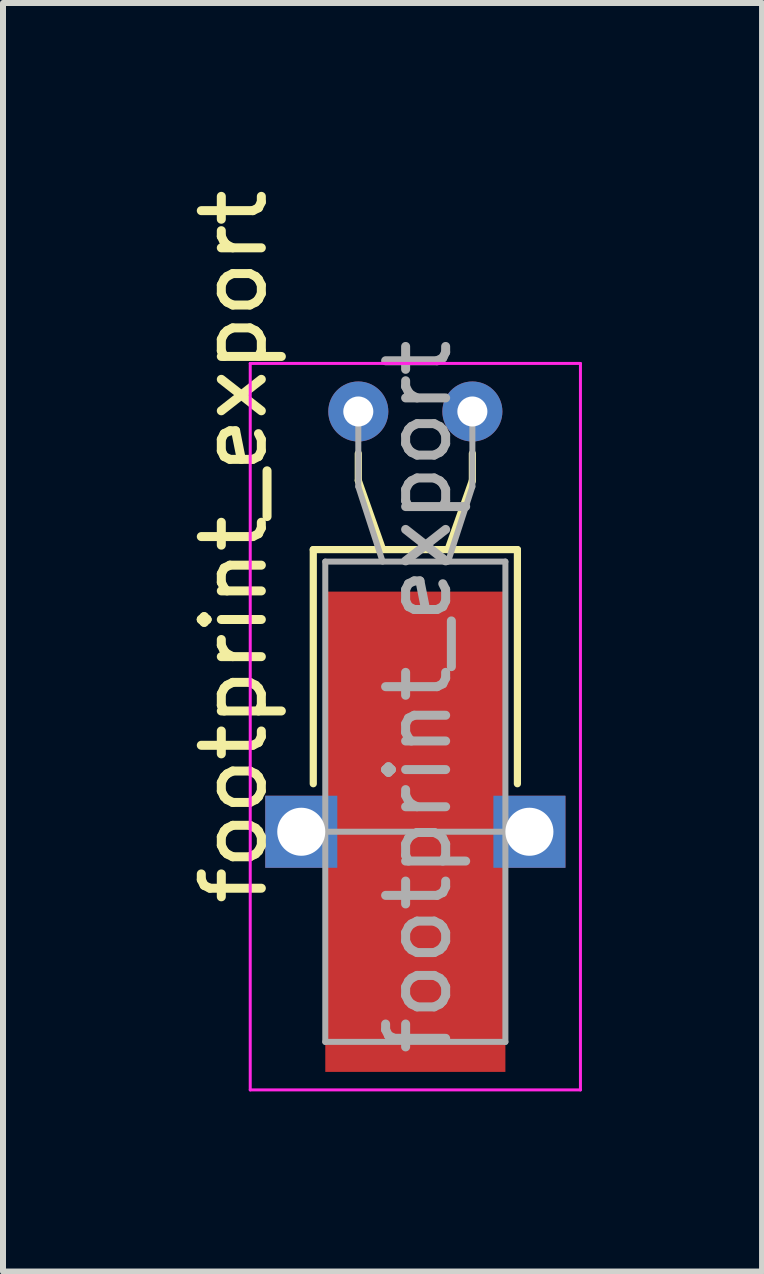
<source format=kicad_pcb>
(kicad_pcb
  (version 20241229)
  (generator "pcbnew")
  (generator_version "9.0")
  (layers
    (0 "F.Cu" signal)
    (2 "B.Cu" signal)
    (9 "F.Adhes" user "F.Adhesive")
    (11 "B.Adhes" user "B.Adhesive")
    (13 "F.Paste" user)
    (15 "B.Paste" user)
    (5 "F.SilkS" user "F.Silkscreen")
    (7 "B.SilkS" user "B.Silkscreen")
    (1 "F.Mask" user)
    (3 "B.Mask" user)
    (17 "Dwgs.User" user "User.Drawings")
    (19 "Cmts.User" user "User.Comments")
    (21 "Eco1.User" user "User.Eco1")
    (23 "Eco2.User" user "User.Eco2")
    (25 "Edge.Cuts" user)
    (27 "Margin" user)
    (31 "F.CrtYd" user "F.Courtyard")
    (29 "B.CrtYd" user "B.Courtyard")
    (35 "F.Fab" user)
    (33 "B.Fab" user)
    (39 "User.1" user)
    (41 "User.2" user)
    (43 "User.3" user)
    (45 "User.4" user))
  (footprint "footprint_export"
    (layer "F.Cu")
    (at 2.918 3.804)
    (property "Reference" "footprint_export" (at -2.07 2.25 90) (layer "F.SilkS") (effects (font (size 1 1) (thickness 0.15))))
    (attr through_hole)
    (fp_line (start -0.75 2.3) (end 2.65 2.3) (stroke (width 0.12) (type solid)) (layer "F.SilkS"))
    (fp_line (start -0.75 6.2) (end -0.75 2.3) (stroke (width 0.12) (type solid)) (layer "F.SilkS"))
    (fp_line (start 0 1.15) (end 0 0.7) (stroke (width 0.12) (type solid)) (layer "F.SilkS"))
    (fp_line (start 0.405 2.3) (end 0 1.15) (stroke (width 0.12) (type solid)) (layer "F.SilkS"))
    (fp_line (start 1.495 2.3) (end 1.9 1.15) (stroke (width 0.12) (type solid)) (layer "F.SilkS"))
    (fp_line (start 1.9 1.15) (end 1.9 0.7) (stroke (width 0.12) (type solid)) (layer "F.SilkS"))
    (fp_line (start 2.65 2.3) (end 2.65 6.2) (stroke (width 0.12) (type solid)) (layer "F.SilkS"))
    (fp_line (start -1.8 -0.8) (end -1.8 11.3) (stroke (width 0.05) (type solid)) (layer "F.CrtYd"))
    (fp_line (start -1.8 11.3) (end 3.7 11.3) (stroke (width 0.05) (type solid)) (layer "F.CrtYd"))
    (fp_line (start 3.7 -0.8) (end -1.8 -0.8) (stroke (width 0.05) (type solid)) (layer "F.CrtYd"))
    (fp_line (start 3.7 11.3) (end 3.7 -0.8) (stroke (width 0.05) (type solid)) (layer "F.CrtYd"))
    (fp_line (start -0.95 7) (end 2.85 7) (stroke (width 0.1) (type solid)) (layer "F.Fab"))
    (fp_line (start -0.55 2.5) (end -0.55 10.5) (stroke (width 0.1) (type solid)) (layer "F.Fab"))
    (fp_line (start -0.55 10.5) (end 2.45 10.5) (stroke (width 0.1) (type solid)) (layer "F.Fab"))
    (fp_line (start 0 1.25) (end 0 0) (stroke (width 0.1) (type solid)) (layer "F.Fab"))
    (fp_line (start 0.405 2.5) (end 0 1.25) (stroke (width 0.1) (type solid)) (layer "F.Fab"))
    (fp_line (start 1.495 2.5) (end 1.9 1.25) (stroke (width 0.1) (type solid)) (layer "F.Fab"))
    (fp_line (start 1.9 1.25) (end 1.9 0) (stroke (width 0.1) (type solid)) (layer "F.Fab"))
    (fp_line (start 2.45 2.5) (end -0.55 2.5) (stroke (width 0.1) (type solid)) (layer "F.Fab"))
    (fp_line (start 2.45 10.5) (end 2.45 2.5) (stroke (width 0.1) (type solid)) (layer "F.Fab"))
    (fp_text user "${REFERENCE}" (at 1 4.75 90) (layer "F.Fab") (effects (font (size 1 1) (thickness 0.15))))
    (pad "1" thru_hole circle (at 0 0) (size 1 1) (drill 0.5) (layers "*.Cu" "*.Mask"))
    (pad "2" thru_hole circle (at 1.9 0) (size 1 1) (drill 0.5) (layers "*.Cu" "*.Mask"))
    (pad "3" thru_hole rect (at -0.95 7) (size 1.2 1.2) (drill 0.8) (layers "*.Cu" "*.Mask"))
    (pad "3" smd rect (at 0.95 7) (size 3 8) (layers "F.Cu" "F.Mask" "F.Paste"))
    (pad "3" thru_hole rect (at 2.85 7) (size 1.2 1.2) (drill 0.8) (layers "*.Cu" "*.Mask")))
  (gr_rect
    (start -3 -3)
    (end 9.643 18.129)
    (stroke (width 0.1) (type default))
    (fill no)
    (layer "Edge.Cuts")))
</source>
